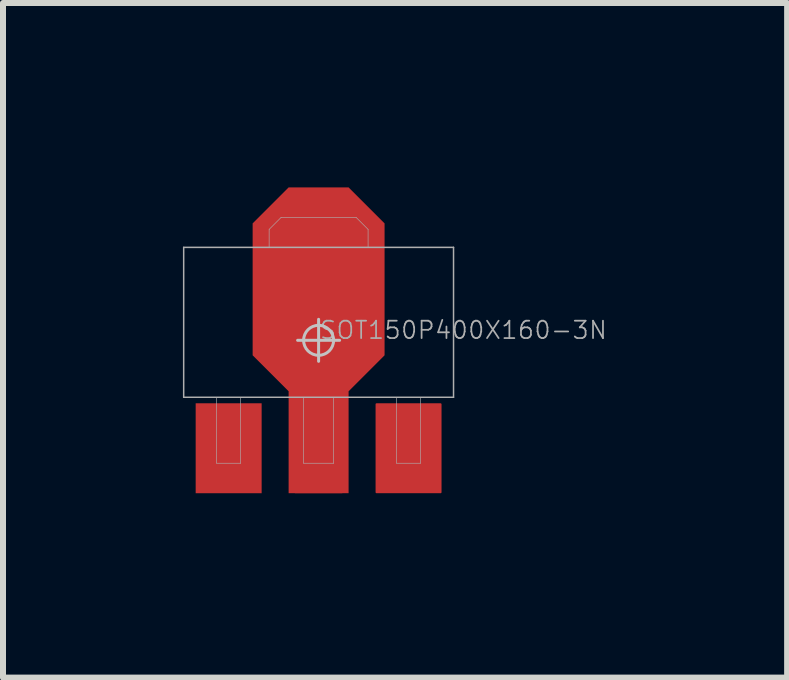
<source format=kicad_pcb>
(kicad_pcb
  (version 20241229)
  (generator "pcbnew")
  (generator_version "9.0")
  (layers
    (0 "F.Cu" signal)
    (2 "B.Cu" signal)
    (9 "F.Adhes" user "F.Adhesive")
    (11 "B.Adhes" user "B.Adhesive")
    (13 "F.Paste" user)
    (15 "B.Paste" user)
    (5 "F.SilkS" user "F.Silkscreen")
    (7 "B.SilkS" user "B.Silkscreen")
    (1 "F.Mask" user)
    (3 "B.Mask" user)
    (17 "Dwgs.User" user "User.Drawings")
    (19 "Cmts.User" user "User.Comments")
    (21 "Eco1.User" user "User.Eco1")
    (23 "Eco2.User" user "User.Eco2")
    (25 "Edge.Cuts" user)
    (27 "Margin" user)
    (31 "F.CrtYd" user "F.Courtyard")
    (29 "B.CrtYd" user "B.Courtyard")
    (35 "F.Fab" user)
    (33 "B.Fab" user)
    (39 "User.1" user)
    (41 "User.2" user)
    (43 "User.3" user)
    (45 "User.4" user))
  (footprint "SOT150P400X160-3N"
    (layer "F.Cu")
    (at 2.263 2.625)
    (property "Reference" "SOT150P400X160-3N" (at 0 0 0) (layer "F.Fab") (effects (font (size 0.29 0.29) (thickness 0.029)) (justify left bottom)))
    (attr through_hole)
    (fp_poly (pts (xy -0.5 2.55) (xy 0.5 2.55) (xy 0.5 0.85) (xy 1.1 0.25) (xy 1.1 -1.95) (xy 0.5 -2.55) (xy -0.5 -2.55) (xy -1.1 -1.95) (xy -1.1 0.25) (xy -0.5 0.85)) (stroke (width 0) (type solid)) (fill yes) (layer "F.Cu"))
    (fp_poly (pts (xy -0.875 2.625) (xy -0.875 0.975) (xy -2.125 0.975) (xy -2.125 2.625)) (stroke (width 0) (type solid)) (fill yes) (layer "F.Mask"))
    (fp_poly (pts (xy 2.125 2.625) (xy 2.125 0.975) (xy 0.875 0.975) (xy 0.875 2.625)) (stroke (width 0) (type solid)) (fill yes) (layer "F.Mask"))
    (fp_poly (pts (xy 1.175 0.281) (xy 0.575 0.881) (xy 0.575 2.625) (xy -0.575 2.625) (xy -0.575 0.881) (xy -1.175 0.281) (xy -1.175 -1.981) (xy -0.531 -2.625) (xy 0.531 -2.625) (xy 1.175 -1.981)) (stroke (width 0) (type solid)) (fill yes) (layer "F.Mask"))
    (fp_poly (pts (xy -0.95 2.55) (xy -0.95 1.05) (xy -2.05 1.05) (xy -2.05 2.55)) (stroke (width 0) (type solid)) (fill yes) (layer "F.Paste"))
    (fp_poly (pts (xy 2.05 2.55) (xy 2.05 1.05) (xy 0.95 1.05) (xy 0.95 2.55)) (stroke (width 0) (type solid)) (fill yes) (layer "F.Paste"))
    (fp_poly (pts (xy 1.1 0.25) (xy 0.5 0.85) (xy 0.5 2.55) (xy -0.5 2.55) (xy -0.5 0.85) (xy -1.1 0.25) (xy -1.1 -1.95) (xy -0.5 -2.55) (xy 0.5 -2.55) (xy 1.1 -1.95)) (stroke (width 0) (type solid)) (fill yes) (layer "F.Paste"))
    (fp_line (start -0.35 0) (end 0.35 0) (stroke (width 0.05) (type solid)) (layer "Dwgs.User"))
    (fp_line (start 0 0.35) (end 0 -0.35) (stroke (width 0.05) (type solid)) (layer "Dwgs.User"))
    (fp_circle (center 0 0) (end 0.25 0) (stroke (width 0.05) (type solid)) (fill no) (layer "Dwgs.User"))
    (fp_line (start -2.25 -1.55) (end -2.25 0.95) (stroke (width 0.025) (type solid)) (layer "F.Fab"))
    (fp_line (start -2.25 0.95) (end 2.25 0.95) (stroke (width 0.025) (type solid)) (layer "F.Fab"))
    (fp_line (start -1.7 0.95) (end -1.7 2.05) (stroke (width 0.01) (type solid)) (layer "F.Fab"))
    (fp_line (start -1.7 2.05) (end -1.3 2.05) (stroke (width 0.01) (type solid)) (layer "F.Fab"))
    (fp_line (start -1.3 0.95) (end -1.7 0.95) (stroke (width 0.01) (type solid)) (layer "F.Fab"))
    (fp_line (start -1.3 2.05) (end -1.3 0.95) (stroke (width 0.01) (type solid)) (layer "F.Fab"))
    (fp_line (start -0.825 -1.85) (end -0.625 -2.05) (stroke (width 0.01) (type solid)) (layer "F.Fab"))
    (fp_line (start -0.825 -1.55) (end -0.825 -1.85) (stroke (width 0.01) (type solid)) (layer "F.Fab"))
    (fp_line (start -0.625 -2.05) (end 0.625 -2.05) (stroke (width 0.01) (type solid)) (layer "F.Fab"))
    (fp_line (start -0.25 0.95) (end -0.25 2.05) (stroke (width 0.01) (type solid)) (layer "F.Fab"))
    (fp_line (start -0.25 2.05) (end 0.25 2.05) (stroke (width 0.01) (type solid)) (layer "F.Fab"))
    (fp_line (start 0.25 0.95) (end -0.25 0.95) (stroke (width 0.01) (type solid)) (layer "F.Fab"))
    (fp_line (start 0.25 2.05) (end 0.25 0.95) (stroke (width 0.01) (type solid)) (layer "F.Fab"))
    (fp_line (start 0.625 -2.05) (end 0.825 -1.85) (stroke (width 0.01) (type solid)) (layer "F.Fab"))
    (fp_line (start 0.825 -1.85) (end 0.825 -1.55) (stroke (width 0.01) (type solid)) (layer "F.Fab"))
    (fp_line (start 0.825 -1.55) (end -0.825 -1.55) (stroke (width 0.01) (type solid)) (layer "F.Fab"))
    (fp_line (start 1.3 0.95) (end 1.3 2.05) (stroke (width 0.01) (type solid)) (layer "F.Fab"))
    (fp_line (start 1.3 2.05) (end 1.7 2.05) (stroke (width 0.01) (type solid)) (layer "F.Fab"))
    (fp_line (start 1.7 0.95) (end 1.3 0.95) (stroke (width 0.01) (type solid)) (layer "F.Fab"))
    (fp_line (start 1.7 2.05) (end 1.7 0.95) (stroke (width 0.01) (type solid)) (layer "F.Fab"))
    (fp_line (start 2.25 -1.55) (end -2.25 -1.55) (stroke (width 0.025) (type solid)) (layer "F.Fab"))
    (fp_line (start 2.25 0.95) (end 2.25 -1.55) (stroke (width 0.025) (type solid)) (layer "F.Fab"))
    (pad "1" smd rect (at -1.5 1.8) (size 1.1 1.5) (layers "F.Cu" "F.Mask"))
    (pad "2" smd roundrect (at 0 1.8) (size 0.8 1.5) (layers "F.Cu" "F.Mask") (roundrect_rratio 0.015))
    (pad "3" smd roundrect (at 1.5 1.8) (size 1.1 1.5) (layers "F.Cu" "F.Mask") (roundrect_rratio 0.015)))
  (gr_rect
    (start -3 -3)
    (end 10.076 8.25)
    (stroke (width 0.1) (type default))
    (fill no)
    (layer "Edge.Cuts")))
</source>
